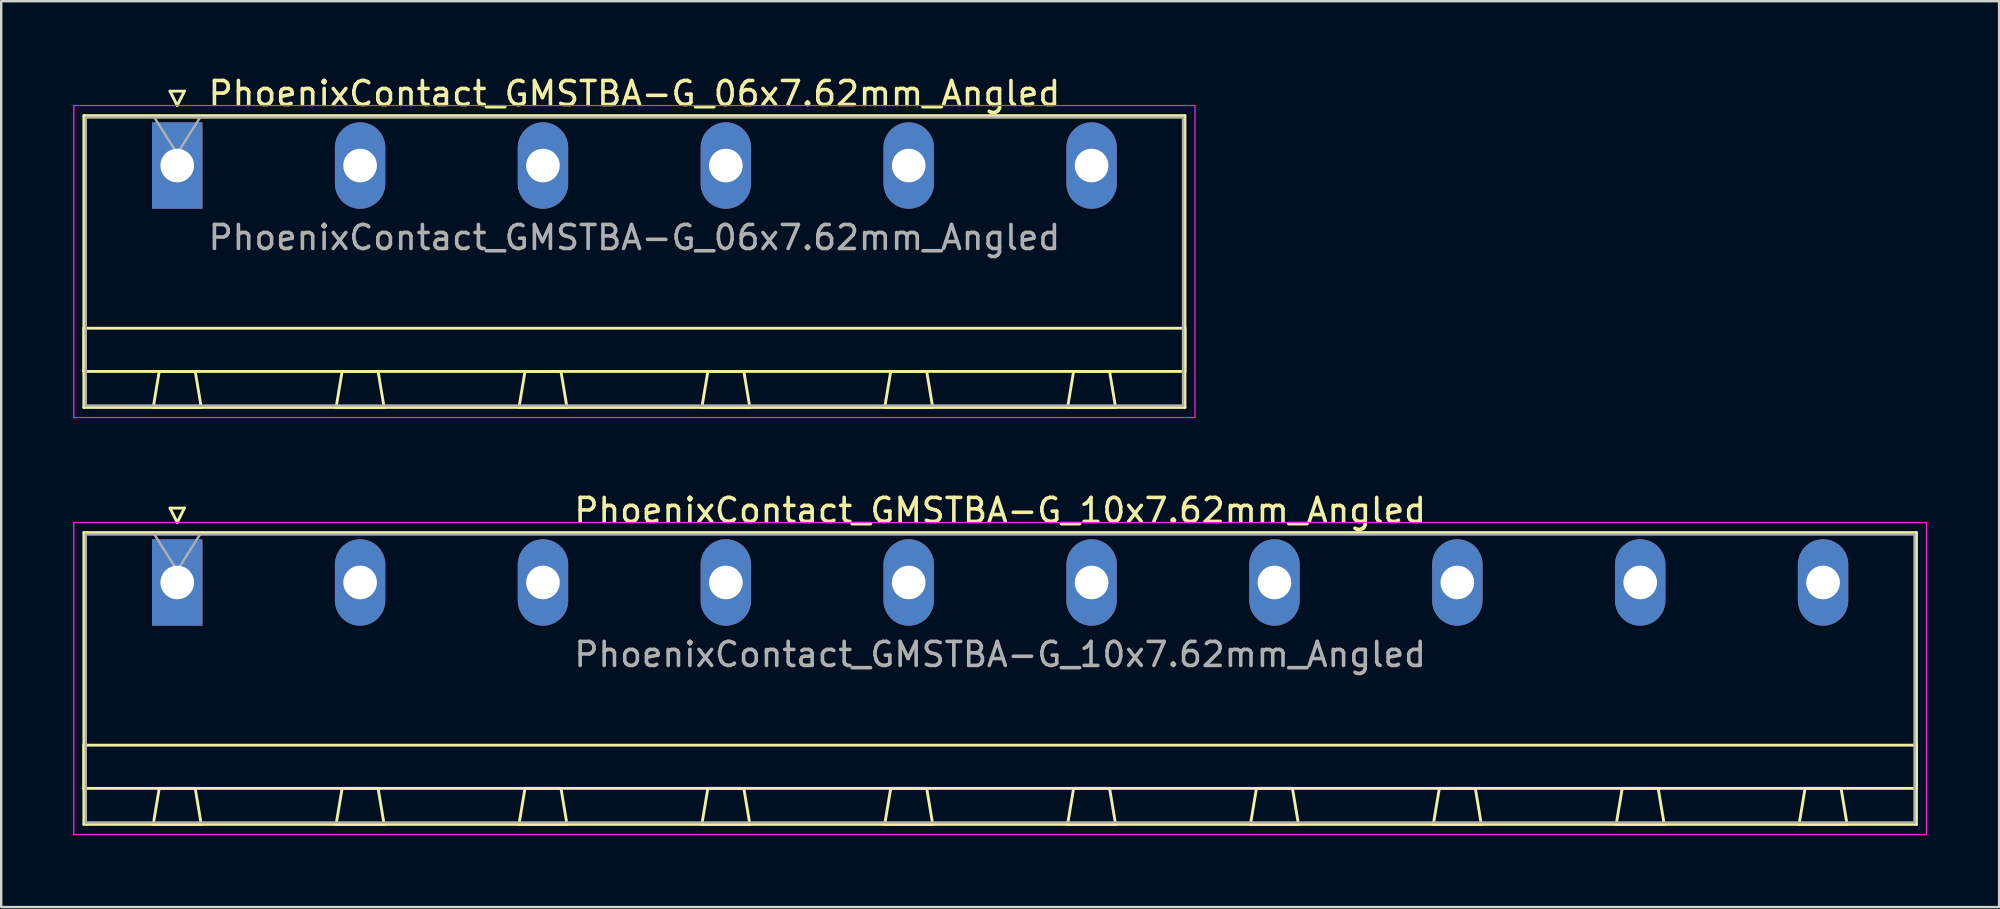
<source format=kicad_pcb>
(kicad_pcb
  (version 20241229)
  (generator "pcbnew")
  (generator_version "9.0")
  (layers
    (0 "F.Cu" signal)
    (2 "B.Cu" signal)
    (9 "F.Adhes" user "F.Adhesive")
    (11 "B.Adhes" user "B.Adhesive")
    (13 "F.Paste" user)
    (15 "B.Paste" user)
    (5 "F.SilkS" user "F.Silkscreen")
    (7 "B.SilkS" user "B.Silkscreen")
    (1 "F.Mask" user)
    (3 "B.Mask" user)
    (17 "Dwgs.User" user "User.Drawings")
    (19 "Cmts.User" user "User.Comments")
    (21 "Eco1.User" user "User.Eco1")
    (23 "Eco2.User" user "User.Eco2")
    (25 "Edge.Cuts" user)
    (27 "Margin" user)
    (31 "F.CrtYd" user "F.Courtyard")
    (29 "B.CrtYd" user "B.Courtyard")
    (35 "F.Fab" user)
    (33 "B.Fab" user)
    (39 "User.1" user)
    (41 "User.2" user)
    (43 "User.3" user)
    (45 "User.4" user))
  (footprint "PhoenixContact_GMSTBA-G_10x7.62mm_Angled"
    (layer "F.Cu")
    (at 4.335 21.221)
    (property "Reference" "PhoenixContact_GMSTBA-G_10x7.62mm_Angled" (at 34.29 -3 0) (layer "F.SilkS") (effects (font (size 1 1) (thickness 0.15))))
    (attr through_hole)
    (fp_line (start -3.89 -2.08) (end -3.89 10.08) (stroke (width 0.12) (type solid)) (layer "F.SilkS"))
    (fp_line (start -3.89 6.78) (end 72.47 6.78) (stroke (width 0.12) (type solid)) (layer "F.SilkS"))
    (fp_line (start -3.89 8.58) (end -3.89 6.78) (stroke (width 0.12) (type solid)) (layer "F.SilkS"))
    (fp_line (start -3.89 10.08) (end 72.47 10.08) (stroke (width 0.12) (type solid)) (layer "F.SilkS"))
    (fp_line (start -1 10.08) (end 1 10.08) (stroke (width 0.12) (type solid)) (layer "F.SilkS"))
    (fp_line (start -0.75 8.58) (end -1 10.08) (stroke (width 0.12) (type solid)) (layer "F.SilkS"))
    (fp_line (start -0.3 -3.1) (end 0.3 -3.1) (stroke (width 0.12) (type solid)) (layer "F.SilkS"))
    (fp_line (start 0 -2.5) (end -0.3 -3.1) (stroke (width 0.12) (type solid)) (layer "F.SilkS"))
    (fp_line (start 0.3 -3.1) (end 0 -2.5) (stroke (width 0.12) (type solid)) (layer "F.SilkS"))
    (fp_line (start 0.75 8.58) (end -0.75 8.58) (stroke (width 0.12) (type solid)) (layer "F.SilkS"))
    (fp_line (start 1 10.08) (end 0.75 8.58) (stroke (width 0.12) (type solid)) (layer "F.SilkS"))
    (fp_line (start 6.62 10.08) (end 8.62 10.08) (stroke (width 0.12) (type solid)) (layer "F.SilkS"))
    (fp_line (start 6.87 8.58) (end 6.62 10.08) (stroke (width 0.12) (type solid)) (layer "F.SilkS"))
    (fp_line (start 8.37 8.58) (end 6.87 8.58) (stroke (width 0.12) (type solid)) (layer "F.SilkS"))
    (fp_line (start 8.62 10.08) (end 8.37 8.58) (stroke (width 0.12) (type solid)) (layer "F.SilkS"))
    (fp_line (start 14.24 10.08) (end 16.24 10.08) (stroke (width 0.12) (type solid)) (layer "F.SilkS"))
    (fp_line (start 14.49 8.58) (end 14.24 10.08) (stroke (width 0.12) (type solid)) (layer "F.SilkS"))
    (fp_line (start 15.99 8.58) (end 14.49 8.58) (stroke (width 0.12) (type solid)) (layer "F.SilkS"))
    (fp_line (start 16.24 10.08) (end 15.99 8.58) (stroke (width 0.12) (type solid)) (layer "F.SilkS"))
    (fp_line (start 21.86 10.08) (end 23.86 10.08) (stroke (width 0.12) (type solid)) (layer "F.SilkS"))
    (fp_line (start 22.11 8.58) (end 21.86 10.08) (stroke (width 0.12) (type solid)) (layer "F.SilkS"))
    (fp_line (start 23.61 8.58) (end 22.11 8.58) (stroke (width 0.12) (type solid)) (layer "F.SilkS"))
    (fp_line (start 23.86 10.08) (end 23.61 8.58) (stroke (width 0.12) (type solid)) (layer "F.SilkS"))
    (fp_line (start 29.48 10.08) (end 31.48 10.08) (stroke (width 0.12) (type solid)) (layer "F.SilkS"))
    (fp_line (start 29.73 8.58) (end 29.48 10.08) (stroke (width 0.12) (type solid)) (layer "F.SilkS"))
    (fp_line (start 31.23 8.58) (end 29.73 8.58) (stroke (width 0.12) (type solid)) (layer "F.SilkS"))
    (fp_line (start 31.48 10.08) (end 31.23 8.58) (stroke (width 0.12) (type solid)) (layer "F.SilkS"))
    (fp_line (start 37.1 10.08) (end 39.1 10.08) (stroke (width 0.12) (type solid)) (layer "F.SilkS"))
    (fp_line (start 37.35 8.58) (end 37.1 10.08) (stroke (width 0.12) (type solid)) (layer "F.SilkS"))
    (fp_line (start 38.85 8.58) (end 37.35 8.58) (stroke (width 0.12) (type solid)) (layer "F.SilkS"))
    (fp_line (start 39.1 10.08) (end 38.85 8.58) (stroke (width 0.12) (type solid)) (layer "F.SilkS"))
    (fp_line (start 44.72 10.08) (end 46.72 10.08) (stroke (width 0.12) (type solid)) (layer "F.SilkS"))
    (fp_line (start 44.97 8.58) (end 44.72 10.08) (stroke (width 0.12) (type solid)) (layer "F.SilkS"))
    (fp_line (start 46.47 8.58) (end 44.97 8.58) (stroke (width 0.12) (type solid)) (layer "F.SilkS"))
    (fp_line (start 46.72 10.08) (end 46.47 8.58) (stroke (width 0.12) (type solid)) (layer "F.SilkS"))
    (fp_line (start 52.34 10.08) (end 54.34 10.08) (stroke (width 0.12) (type solid)) (layer "F.SilkS"))
    (fp_line (start 52.59 8.58) (end 52.34 10.08) (stroke (width 0.12) (type solid)) (layer "F.SilkS"))
    (fp_line (start 54.09 8.58) (end 52.59 8.58) (stroke (width 0.12) (type solid)) (layer "F.SilkS"))
    (fp_line (start 54.34 10.08) (end 54.09 8.58) (stroke (width 0.12) (type solid)) (layer "F.SilkS"))
    (fp_line (start 59.96 10.08) (end 61.96 10.08) (stroke (width 0.12) (type solid)) (layer "F.SilkS"))
    (fp_line (start 60.21 8.58) (end 59.96 10.08) (stroke (width 0.12) (type solid)) (layer "F.SilkS"))
    (fp_line (start 61.71 8.58) (end 60.21 8.58) (stroke (width 0.12) (type solid)) (layer "F.SilkS"))
    (fp_line (start 61.96 10.08) (end 61.71 8.58) (stroke (width 0.12) (type solid)) (layer "F.SilkS"))
    (fp_line (start 67.58 10.08) (end 69.58 10.08) (stroke (width 0.12) (type solid)) (layer "F.SilkS"))
    (fp_line (start 67.83 8.58) (end 67.58 10.08) (stroke (width 0.12) (type solid)) (layer "F.SilkS"))
    (fp_line (start 69.33 8.58) (end 67.83 8.58) (stroke (width 0.12) (type solid)) (layer "F.SilkS"))
    (fp_line (start 69.58 10.08) (end 69.33 8.58) (stroke (width 0.12) (type solid)) (layer "F.SilkS"))
    (fp_line (start 72.47 -2.08) (end -3.89 -2.08) (stroke (width 0.12) (type solid)) (layer "F.SilkS"))
    (fp_line (start 72.47 6.78) (end 72.47 8.58) (stroke (width 0.12) (type solid)) (layer "F.SilkS"))
    (fp_line (start 72.47 8.58) (end -3.89 8.58) (stroke (width 0.12) (type solid)) (layer "F.SilkS"))
    (fp_line (start 72.47 10.08) (end 72.47 -2.08) (stroke (width 0.12) (type solid)) (layer "F.SilkS"))
    (fp_line (start -4.31 -2.5) (end -4.31 10.5) (stroke (width 0.05) (type solid)) (layer "F.CrtYd"))
    (fp_line (start -4.31 10.5) (end 72.89 10.5) (stroke (width 0.05) (type solid)) (layer "F.CrtYd"))
    (fp_line (start 72.89 -2.5) (end -4.31 -2.5) (stroke (width 0.05) (type solid)) (layer "F.CrtYd"))
    (fp_line (start 72.89 10.5) (end 72.89 -2.5) (stroke (width 0.05) (type solid)) (layer "F.CrtYd"))
    (fp_line (start -3.81 -2) (end -3.81 10) (stroke (width 0.1) (type solid)) (layer "F.Fab"))
    (fp_line (start -3.81 10) (end 72.39 10) (stroke (width 0.1) (type solid)) (layer "F.Fab"))
    (fp_line (start 0 -0.5) (end -0.95 -2) (stroke (width 0.1) (type solid)) (layer "F.Fab"))
    (fp_line (start 0.95 -2) (end 0 -0.5) (stroke (width 0.1) (type solid)) (layer "F.Fab"))
    (fp_line (start 72.39 -2) (end -3.81 -2) (stroke (width 0.1) (type solid)) (layer "F.Fab"))
    (fp_line (start 72.39 10) (end 72.39 -2) (stroke (width 0.1) (type solid)) (layer "F.Fab"))
    (fp_text user "${REFERENCE}" (at 34.29 3 0) (layer "F.Fab") (effects (font (size 1 1) (thickness 0.15))))
    (pad "1" thru_hole rect (at 0 0) (size 2.1 3.6) (drill 1.4) (layers "*.Cu" "*.Mask"))
    (pad "2" thru_hole oval (at 7.62 0) (size 2.1 3.6) (drill 1.4) (layers "*.Cu" "*.Mask"))
    (pad "3" thru_hole oval (at 15.24 0) (size 2.1 3.6) (drill 1.4) (layers "*.Cu" "*.Mask"))
    (pad "4" thru_hole oval (at 22.86 0) (size 2.1 3.6) (drill 1.4) (layers "*.Cu" "*.Mask"))
    (pad "5" thru_hole oval (at 30.48 0) (size 2.1 3.6) (drill 1.4) (layers "*.Cu" "*.Mask"))
    (pad "6" thru_hole oval (at 38.1 0) (size 2.1 3.6) (drill 1.4) (layers "*.Cu" "*.Mask"))
    (pad "7" thru_hole oval (at 45.72 0) (size 2.1 3.6) (drill 1.4) (layers "*.Cu" "*.Mask"))
    (pad "8" thru_hole oval (at 53.34 0) (size 2.1 3.6) (drill 1.4) (layers "*.Cu" "*.Mask"))
    (pad "9" thru_hole oval (at 60.96 0) (size 2.1 3.6) (drill 1.4) (layers "*.Cu" "*.Mask"))
    (pad "10" thru_hole oval (at 68.58 0) (size 2.1 3.6) (drill 1.4) (layers "*.Cu" "*.Mask")))
  (footprint "PhoenixContact_GMSTBA-G_06x7.62mm_Angled"
    (layer "F.Cu")
    (at 4.335 3.848)
    (property "Reference" "PhoenixContact_GMSTBA-G_06x7.62mm_Angled" (at 19.05 -3 0) (layer "F.SilkS") (effects (font (size 1 1) (thickness 0.15))))
    (attr through_hole)
    (fp_line (start -3.89 -2.08) (end -3.89 10.08) (stroke (width 0.12) (type solid)) (layer "F.SilkS"))
    (fp_line (start -3.89 6.78) (end 41.99 6.78) (stroke (width 0.12) (type solid)) (layer "F.SilkS"))
    (fp_line (start -3.89 8.58) (end -3.89 6.78) (stroke (width 0.12) (type solid)) (layer "F.SilkS"))
    (fp_line (start -3.89 10.08) (end 41.99 10.08) (stroke (width 0.12) (type solid)) (layer "F.SilkS"))
    (fp_line (start -1 10.08) (end 1 10.08) (stroke (width 0.12) (type solid)) (layer "F.SilkS"))
    (fp_line (start -0.75 8.58) (end -1 10.08) (stroke (width 0.12) (type solid)) (layer "F.SilkS"))
    (fp_line (start -0.3 -3.1) (end 0.3 -3.1) (stroke (width 0.12) (type solid)) (layer "F.SilkS"))
    (fp_line (start 0 -2.5) (end -0.3 -3.1) (stroke (width 0.12) (type solid)) (layer "F.SilkS"))
    (fp_line (start 0.3 -3.1) (end 0 -2.5) (stroke (width 0.12) (type solid)) (layer "F.SilkS"))
    (fp_line (start 0.75 8.58) (end -0.75 8.58) (stroke (width 0.12) (type solid)) (layer "F.SilkS"))
    (fp_line (start 1 10.08) (end 0.75 8.58) (stroke (width 0.12) (type solid)) (layer "F.SilkS"))
    (fp_line (start 6.62 10.08) (end 8.62 10.08) (stroke (width 0.12) (type solid)) (layer "F.SilkS"))
    (fp_line (start 6.87 8.58) (end 6.62 10.08) (stroke (width 0.12) (type solid)) (layer "F.SilkS"))
    (fp_line (start 8.37 8.58) (end 6.87 8.58) (stroke (width 0.12) (type solid)) (layer "F.SilkS"))
    (fp_line (start 8.62 10.08) (end 8.37 8.58) (stroke (width 0.12) (type solid)) (layer "F.SilkS"))
    (fp_line (start 14.24 10.08) (end 16.24 10.08) (stroke (width 0.12) (type solid)) (layer "F.SilkS"))
    (fp_line (start 14.49 8.58) (end 14.24 10.08) (stroke (width 0.12) (type solid)) (layer "F.SilkS"))
    (fp_line (start 15.99 8.58) (end 14.49 8.58) (stroke (width 0.12) (type solid)) (layer "F.SilkS"))
    (fp_line (start 16.24 10.08) (end 15.99 8.58) (stroke (width 0.12) (type solid)) (layer "F.SilkS"))
    (fp_line (start 21.86 10.08) (end 23.86 10.08) (stroke (width 0.12) (type solid)) (layer "F.SilkS"))
    (fp_line (start 22.11 8.58) (end 21.86 10.08) (stroke (width 0.12) (type solid)) (layer "F.SilkS"))
    (fp_line (start 23.61 8.58) (end 22.11 8.58) (stroke (width 0.12) (type solid)) (layer "F.SilkS"))
    (fp_line (start 23.86 10.08) (end 23.61 8.58) (stroke (width 0.12) (type solid)) (layer "F.SilkS"))
    (fp_line (start 29.48 10.08) (end 31.48 10.08) (stroke (width 0.12) (type solid)) (layer "F.SilkS"))
    (fp_line (start 29.73 8.58) (end 29.48 10.08) (stroke (width 0.12) (type solid)) (layer "F.SilkS"))
    (fp_line (start 31.23 8.58) (end 29.73 8.58) (stroke (width 0.12) (type solid)) (layer "F.SilkS"))
    (fp_line (start 31.48 10.08) (end 31.23 8.58) (stroke (width 0.12) (type solid)) (layer "F.SilkS"))
    (fp_line (start 37.1 10.08) (end 39.1 10.08) (stroke (width 0.12) (type solid)) (layer "F.SilkS"))
    (fp_line (start 37.35 8.58) (end 37.1 10.08) (stroke (width 0.12) (type solid)) (layer "F.SilkS"))
    (fp_line (start 38.85 8.58) (end 37.35 8.58) (stroke (width 0.12) (type solid)) (layer "F.SilkS"))
    (fp_line (start 39.1 10.08) (end 38.85 8.58) (stroke (width 0.12) (type solid)) (layer "F.SilkS"))
    (fp_line (start 41.99 -2.08) (end -3.89 -2.08) (stroke (width 0.12) (type solid)) (layer "F.SilkS"))
    (fp_line (start 41.99 6.78) (end 41.99 8.58) (stroke (width 0.12) (type solid)) (layer "F.SilkS"))
    (fp_line (start 41.99 8.58) (end -3.89 8.58) (stroke (width 0.12) (type solid)) (layer "F.SilkS"))
    (fp_line (start 41.99 10.08) (end 41.99 -2.08) (stroke (width 0.12) (type solid)) (layer "F.SilkS"))
    (fp_line (start -4.31 -2.5) (end -4.31 10.5) (stroke (width 0.05) (type solid)) (layer "F.CrtYd"))
    (fp_line (start -4.31 10.5) (end 42.41 10.5) (stroke (width 0.05) (type solid)) (layer "F.CrtYd"))
    (fp_line (start 42.41 -2.5) (end -4.31 -2.5) (stroke (width 0.05) (type solid)) (layer "F.CrtYd"))
    (fp_line (start 42.41 10.5) (end 42.41 -2.5) (stroke (width 0.05) (type solid)) (layer "F.CrtYd"))
    (fp_line (start -3.81 -2) (end -3.81 10) (stroke (width 0.1) (type solid)) (layer "F.Fab"))
    (fp_line (start -3.81 10) (end 41.91 10) (stroke (width 0.1) (type solid)) (layer "F.Fab"))
    (fp_line (start 0 -0.5) (end -0.95 -2) (stroke (width 0.1) (type solid)) (layer "F.Fab"))
    (fp_line (start 0.95 -2) (end 0 -0.5) (stroke (width 0.1) (type solid)) (layer "F.Fab"))
    (fp_line (start 41.91 -2) (end -3.81 -2) (stroke (width 0.1) (type solid)) (layer "F.Fab"))
    (fp_line (start 41.91 10) (end 41.91 -2) (stroke (width 0.1) (type solid)) (layer "F.Fab"))
    (fp_text user "${REFERENCE}" (at 19.05 3 0) (layer "F.Fab") (effects (font (size 1 1) (thickness 0.15))))
    (pad "1" thru_hole rect (at 0 0) (size 2.1 3.6) (drill 1.4) (layers "*.Cu" "*.Mask"))
    (pad "2" thru_hole oval (at 7.62 0) (size 2.1 3.6) (drill 1.4) (layers "*.Cu" "*.Mask"))
    (pad "3" thru_hole oval (at 15.24 0) (size 2.1 3.6) (drill 1.4) (layers "*.Cu" "*.Mask"))
    (pad "4" thru_hole oval (at 22.86 0) (size 2.1 3.6) (drill 1.4) (layers "*.Cu" "*.Mask"))
    (pad "5" thru_hole oval (at 30.48 0) (size 2.1 3.6) (drill 1.4) (layers "*.Cu" "*.Mask"))
    (pad "6" thru_hole oval (at 38.1 0) (size 2.1 3.6) (drill 1.4) (layers "*.Cu" "*.Mask")))
  (gr_rect
    (start -3 -3)
    (end 80.25 34.746)
    (stroke (width 0.1) (type default))
    (fill no)
    (layer "Edge.Cuts")))
</source>
